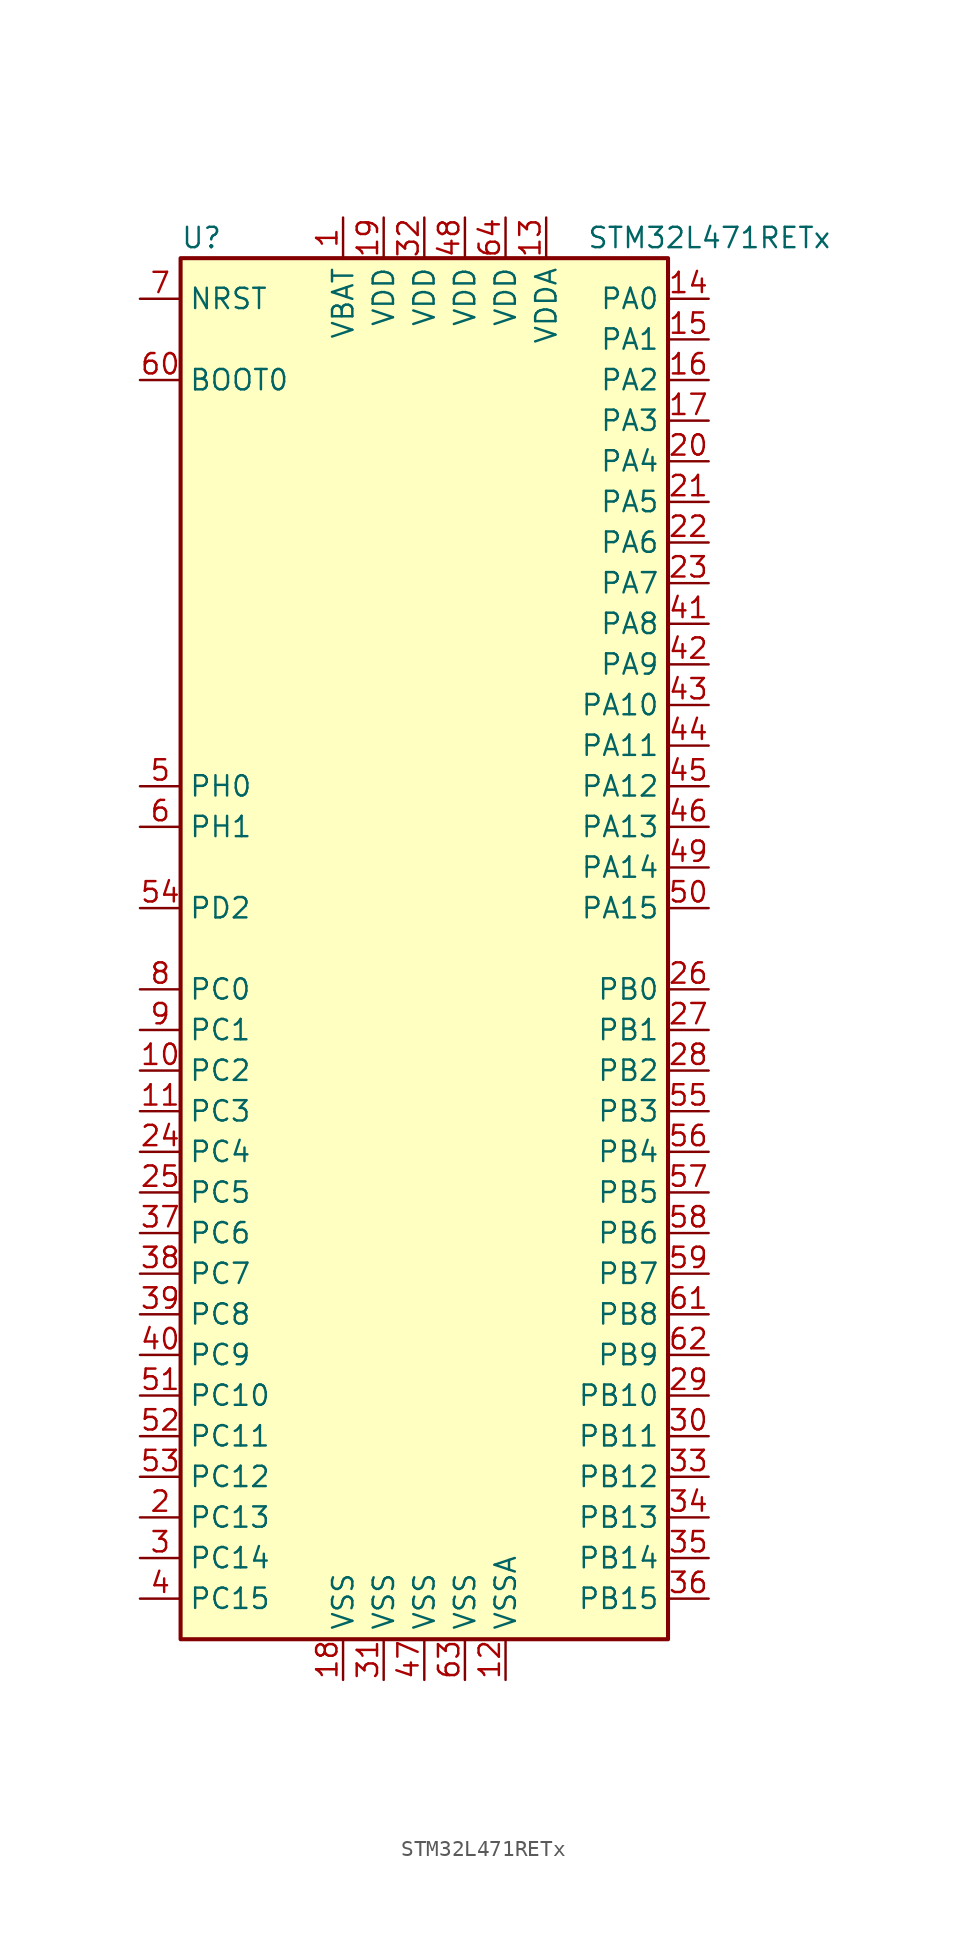
<source format=kicad_sym>
(kicad_symbol_lib
  (version 20220914)
  (generator kicad_symbol_editor)
  (symbol "STM32L471RETx"
    (property "Reference" "U"
      (at -15.24 44.45 0)
      (effects (font (size 1.27 1.27)) (justify left)))
    (property "Value" "STM32L471RETx"
      (at 10.16 44.45 0)
      (effects (font (size 1.27 1.27)) (justify left)))
    (symbol "STM32L471RETx_0_1"
      (rectangle (start -15.24 -43.18) (end 15.24 43.18) (stroke (width 0.254) (type default)) (fill (type background))))
    (symbol "STM32L471RETx_1_1"
      (pin power_in line (at -5.08 45.72 270) (length 2.54) (name "VBAT" (effects (font (size 1.27 1.27)))) (number "1" (effects (font (size 1.27 1.27)))))
      (pin bidirectional line (at -17.78 -7.62 0) (length 2.54) (name "PC2" (effects (font (size 1.27 1.27)))) (number "10" (effects (font (size 1.27 1.27)))))
      (pin bidirectional line (at -17.78 -10.16 0) (length 2.54) (name "PC3" (effects (font (size 1.27 1.27)))) (number "11" (effects (font (size 1.27 1.27)))))
      (pin power_in line (at 5.08 -45.72 90) (length 2.54) (name "VSSA" (effects (font (size 1.27 1.27)))) (number "12" (effects (font (size 1.27 1.27)))))
      (pin power_in line (at 7.62 45.72 270) (length 2.54) (name "VDDA" (effects (font (size 1.27 1.27)))) (number "13" (effects (font (size 1.27 1.27)))))
      (pin bidirectional line (at 17.78 40.64 180) (length 2.54) (name "PA0" (effects (font (size 1.27 1.27)))) (number "14" (effects (font (size 1.27 1.27)))))
      (pin bidirectional line (at 17.78 38.1 180) (length 2.54) (name "PA1" (effects (font (size 1.27 1.27)))) (number "15" (effects (font (size 1.27 1.27)))))
      (pin bidirectional line (at 17.78 35.56 180) (length 2.54) (name "PA2" (effects (font (size 1.27 1.27)))) (number "16" (effects (font (size 1.27 1.27)))))
      (pin bidirectional line (at 17.78 33.02 180) (length 2.54) (name "PA3" (effects (font (size 1.27 1.27)))) (number "17" (effects (font (size 1.27 1.27)))))
      (pin power_in line (at -5.08 -45.72 90) (length 2.54) (name "VSS" (effects (font (size 1.27 1.27)))) (number "18" (effects (font (size 1.27 1.27)))))
      (pin power_in line (at -2.54 45.72 270) (length 2.54) (name "VDD" (effects (font (size 1.27 1.27)))) (number "19" (effects (font (size 1.27 1.27)))))
      (pin bidirectional line (at -17.78 -35.56 0) (length 2.54) (name "PC13" (effects (font (size 1.27 1.27)))) (number "2" (effects (font (size 1.27 1.27)))))
      (pin bidirectional line (at 17.78 30.48 180) (length 2.54) (name "PA4" (effects (font (size 1.27 1.27)))) (number "20" (effects (font (size 1.27 1.27)))))
      (pin bidirectional line (at 17.78 27.94 180) (length 2.54) (name "PA5" (effects (font (size 1.27 1.27)))) (number "21" (effects (font (size 1.27 1.27)))))
      (pin bidirectional line (at 17.78 25.4 180) (length 2.54) (name "PA6" (effects (font (size 1.27 1.27)))) (number "22" (effects (font (size 1.27 1.27)))))
      (pin bidirectional line (at 17.78 22.86 180) (length 2.54) (name "PA7" (effects (font (size 1.27 1.27)))) (number "23" (effects (font (size 1.27 1.27)))))
      (pin bidirectional line (at -17.78 -12.7 0) (length 2.54) (name "PC4" (effects (font (size 1.27 1.27)))) (number "24" (effects (font (size 1.27 1.27)))))
      (pin bidirectional line (at -17.78 -15.24 0) (length 2.54) (name "PC5" (effects (font (size 1.27 1.27)))) (number "25" (effects (font (size 1.27 1.27)))))
      (pin bidirectional line (at 17.78 -2.54 180) (length 2.54) (name "PB0" (effects (font (size 1.27 1.27)))) (number "26" (effects (font (size 1.27 1.27)))))
      (pin bidirectional line (at 17.78 -5.08 180) (length 2.54) (name "PB1" (effects (font (size 1.27 1.27)))) (number "27" (effects (font (size 1.27 1.27)))))
      (pin bidirectional line (at 17.78 -7.62 180) (length 2.54) (name "PB2" (effects (font (size 1.27 1.27)))) (number "28" (effects (font (size 1.27 1.27)))))
      (pin bidirectional line (at 17.78 -27.94 180) (length 2.54) (name "PB10" (effects (font (size 1.27 1.27)))) (number "29" (effects (font (size 1.27 1.27)))))
      (pin bidirectional line (at -17.78 -38.1 0) (length 2.54) (name "PC14" (effects (font (size 1.27 1.27)))) (number "3" (effects (font (size 1.27 1.27)))))
      (pin bidirectional line (at 17.78 -30.48 180) (length 2.54) (name "PB11" (effects (font (size 1.27 1.27)))) (number "30" (effects (font (size 1.27 1.27)))))
      (pin power_in line (at -2.54 -45.72 90) (length 2.54) (name "VSS" (effects (font (size 1.27 1.27)))) (number "31" (effects (font (size 1.27 1.27)))))
      (pin power_in line (at 0 45.72 270) (length 2.54) (name "VDD" (effects (font (size 1.27 1.27)))) (number "32" (effects (font (size 1.27 1.27)))))
      (pin bidirectional line (at 17.78 -33.02 180) (length 2.54) (name "PB12" (effects (font (size 1.27 1.27)))) (number "33" (effects (font (size 1.27 1.27)))))
      (pin bidirectional line (at 17.78 -35.56 180) (length 2.54) (name "PB13" (effects (font (size 1.27 1.27)))) (number "34" (effects (font (size 1.27 1.27)))))
      (pin bidirectional line (at 17.78 -38.1 180) (length 2.54) (name "PB14" (effects (font (size 1.27 1.27)))) (number "35" (effects (font (size 1.27 1.27)))))
      (pin bidirectional line (at 17.78 -40.64 180) (length 2.54) (name "PB15" (effects (font (size 1.27 1.27)))) (number "36" (effects (font (size 1.27 1.27)))))
      (pin bidirectional line (at -17.78 -17.78 0) (length 2.54) (name "PC6" (effects (font (size 1.27 1.27)))) (number "37" (effects (font (size 1.27 1.27)))))
      (pin bidirectional line (at -17.78 -20.32 0) (length 2.54) (name "PC7" (effects (font (size 1.27 1.27)))) (number "38" (effects (font (size 1.27 1.27)))))
      (pin bidirectional line (at -17.78 -22.86 0) (length 2.54) (name "PC8" (effects (font (size 1.27 1.27)))) (number "39" (effects (font (size 1.27 1.27)))))
      (pin bidirectional line (at -17.78 -40.64 0) (length 2.54) (name "PC15" (effects (font (size 1.27 1.27)))) (number "4" (effects (font (size 1.27 1.27)))))
      (pin bidirectional line (at -17.78 -25.4 0) (length 2.54) (name "PC9" (effects (font (size 1.27 1.27)))) (number "40" (effects (font (size 1.27 1.27)))))
      (pin bidirectional line (at 17.78 20.32 180) (length 2.54) (name "PA8" (effects (font (size 1.27 1.27)))) (number "41" (effects (font (size 1.27 1.27)))))
      (pin bidirectional line (at 17.78 17.78 180) (length 2.54) (name "PA9" (effects (font (size 1.27 1.27)))) (number "42" (effects (font (size 1.27 1.27)))))
      (pin bidirectional line (at 17.78 15.24 180) (length 2.54) (name "PA10" (effects (font (size 1.27 1.27)))) (number "43" (effects (font (size 1.27 1.27)))))
      (pin bidirectional line (at 17.78 12.7 180) (length 2.54) (name "PA11" (effects (font (size 1.27 1.27)))) (number "44" (effects (font (size 1.27 1.27)))))
      (pin bidirectional line (at 17.78 10.16 180) (length 2.54) (name "PA12" (effects (font (size 1.27 1.27)))) (number "45" (effects (font (size 1.27 1.27)))))
      (pin bidirectional line (at 17.78 7.62 180) (length 2.54) (name "PA13" (effects (font (size 1.27 1.27)))) (number "46" (effects (font (size 1.27 1.27)))))
      (pin power_in line (at 0 -45.72 90) (length 2.54) (name "VSS" (effects (font (size 1.27 1.27)))) (number "47" (effects (font (size 1.27 1.27)))))
      (pin power_in line (at 2.54 45.72 270) (length 2.54) (name "VDD" (effects (font (size 1.27 1.27)))) (number "48" (effects (font (size 1.27 1.27)))))
      (pin bidirectional line (at 17.78 5.08 180) (length 2.54) (name "PA14" (effects (font (size 1.27 1.27)))) (number "49" (effects (font (size 1.27 1.27)))))
      (pin input line (at -17.78 10.16 0) (length 2.54) (name "PH0" (effects (font (size 1.27 1.27)))) (number "5" (effects (font (size 1.27 1.27)))))
      (pin bidirectional line (at 17.78 2.54 180) (length 2.54) (name "PA15" (effects (font (size 1.27 1.27)))) (number "50" (effects (font (size 1.27 1.27)))))
      (pin bidirectional line (at -17.78 -27.94 0) (length 2.54) (name "PC10" (effects (font (size 1.27 1.27)))) (number "51" (effects (font (size 1.27 1.27)))))
      (pin bidirectional line (at -17.78 -30.48 0) (length 2.54) (name "PC11" (effects (font (size 1.27 1.27)))) (number "52" (effects (font (size 1.27 1.27)))))
      (pin bidirectional line (at -17.78 -33.02 0) (length 2.54) (name "PC12" (effects (font (size 1.27 1.27)))) (number "53" (effects (font (size 1.27 1.27)))))
      (pin bidirectional line (at -17.78 2.54 0) (length 2.54) (name "PD2" (effects (font (size 1.27 1.27)))) (number "54" (effects (font (size 1.27 1.27)))))
      (pin bidirectional line (at 17.78 -10.16 180) (length 2.54) (name "PB3" (effects (font (size 1.27 1.27)))) (number "55" (effects (font (size 1.27 1.27)))))
      (pin bidirectional line (at 17.78 -12.7 180) (length 2.54) (name "PB4" (effects (font (size 1.27 1.27)))) (number "56" (effects (font (size 1.27 1.27)))))
      (pin bidirectional line (at 17.78 -15.24 180) (length 2.54) (name "PB5" (effects (font (size 1.27 1.27)))) (number "57" (effects (font (size 1.27 1.27)))))
      (pin bidirectional line (at 17.78 -17.78 180) (length 2.54) (name "PB6" (effects (font (size 1.27 1.27)))) (number "58" (effects (font (size 1.27 1.27)))))
      (pin bidirectional line (at 17.78 -20.32 180) (length 2.54) (name "PB7" (effects (font (size 1.27 1.27)))) (number "59" (effects (font (size 1.27 1.27)))))
      (pin input line (at -17.78 7.62 0) (length 2.54) (name "PH1" (effects (font (size 1.27 1.27)))) (number "6" (effects (font (size 1.27 1.27)))))
      (pin input line (at -17.78 35.56 0) (length 2.54) (name "BOOT0" (effects (font (size 1.27 1.27)))) (number "60" (effects (font (size 1.27 1.27)))))
      (pin bidirectional line (at 17.78 -22.86 180) (length 2.54) (name "PB8" (effects (font (size 1.27 1.27)))) (number "61" (effects (font (size 1.27 1.27)))))
      (pin bidirectional line (at 17.78 -25.4 180) (length 2.54) (name "PB9" (effects (font (size 1.27 1.27)))) (number "62" (effects (font (size 1.27 1.27)))))
      (pin power_in line (at 2.54 -45.72 90) (length 2.54) (name "VSS" (effects (font (size 1.27 1.27)))) (number "63" (effects (font (size 1.27 1.27)))))
      (pin power_in line (at 5.08 45.72 270) (length 2.54) (name "VDD" (effects (font (size 1.27 1.27)))) (number "64" (effects (font (size 1.27 1.27)))))
      (pin input line (at -17.78 40.64 0) (length 2.54) (name "NRST" (effects (font (size 1.27 1.27)))) (number "7" (effects (font (size 1.27 1.27)))))
      (pin bidirectional line (at -17.78 -2.54 0) (length 2.54) (name "PC0" (effects (font (size 1.27 1.27)))) (number "8" (effects (font (size 1.27 1.27)))))
      (pin bidirectional line (at -17.78 -5.08 0) (length 2.54) (name "PC1" (effects (font (size 1.27 1.27)))) (number "9" (effects (font (size 1.27 1.27))))))))
</source>
